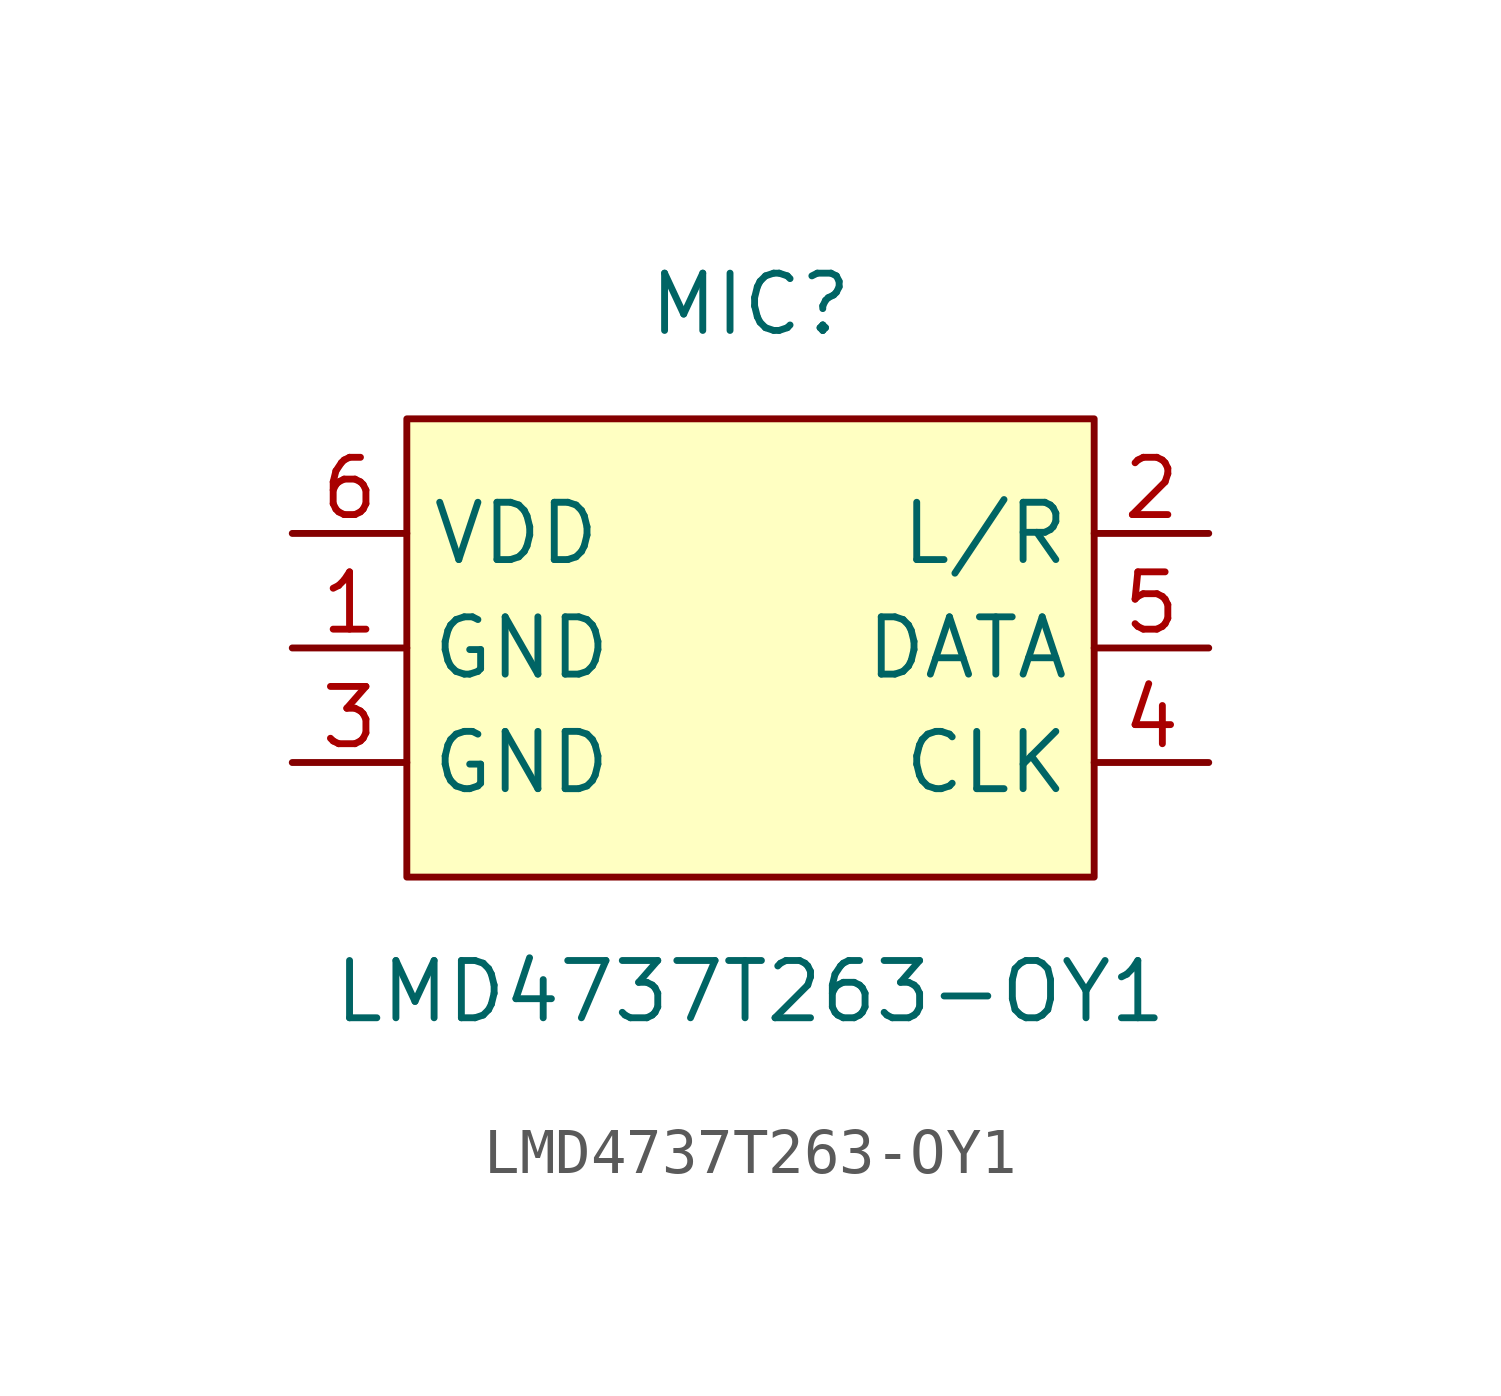
<source format=kicad_sym>
(kicad_symbol_lib
  (version 20211014)
  (generator https://github.com/uPesy/easyeda2kicad.py)
  (symbol "LMD4737T263-OY1"
    (property "Reference" "MIC"
      (at 0 7.62 0)
      (effects (font (size 1.27 1.27))))
    (property "Value" "LMD4737T263-OY1"
      (at 0 -7.62 0)
      (effects (font (size 1.27 1.27))))
    (symbol "LMD4737T263-OY1_0_1"
      (rectangle (start -7.62 5.08) (end 7.62 -5.08) (stroke (width 0) (type default) (color 0 0 0 0)) (fill (type background)))
      (pin unspecified line (at -10.16 -0.00 0) (length 2.54) (name "GND" (effects (font (size 1.27 1.27)))) (number "1" (effects (font (size 1.27 1.27)))))
      (pin unspecified line (at 10.16 2.54 180) (length 2.54) (name "L/R" (effects (font (size 1.27 1.27)))) (number "2" (effects (font (size 1.27 1.27)))))
      (pin unspecified line (at -10.16 -2.54 0) (length 2.54) (name "GND" (effects (font (size 1.27 1.27)))) (number "3" (effects (font (size 1.27 1.27)))))
      (pin unspecified line (at 10.16 -2.54 180) (length 2.54) (name "CLK" (effects (font (size 1.27 1.27)))) (number "4" (effects (font (size 1.27 1.27)))))
      (pin unspecified line (at 10.16 -0.00 180) (length 2.54) (name "DATA" (effects (font (size 1.27 1.27)))) (number "5" (effects (font (size 1.27 1.27)))))
      (pin unspecified line (at -10.16 2.54 0) (length 2.54) (name "VDD" (effects (font (size 1.27 1.27)))) (number "6" (effects (font (size 1.27 1.27))))))))
</source>
